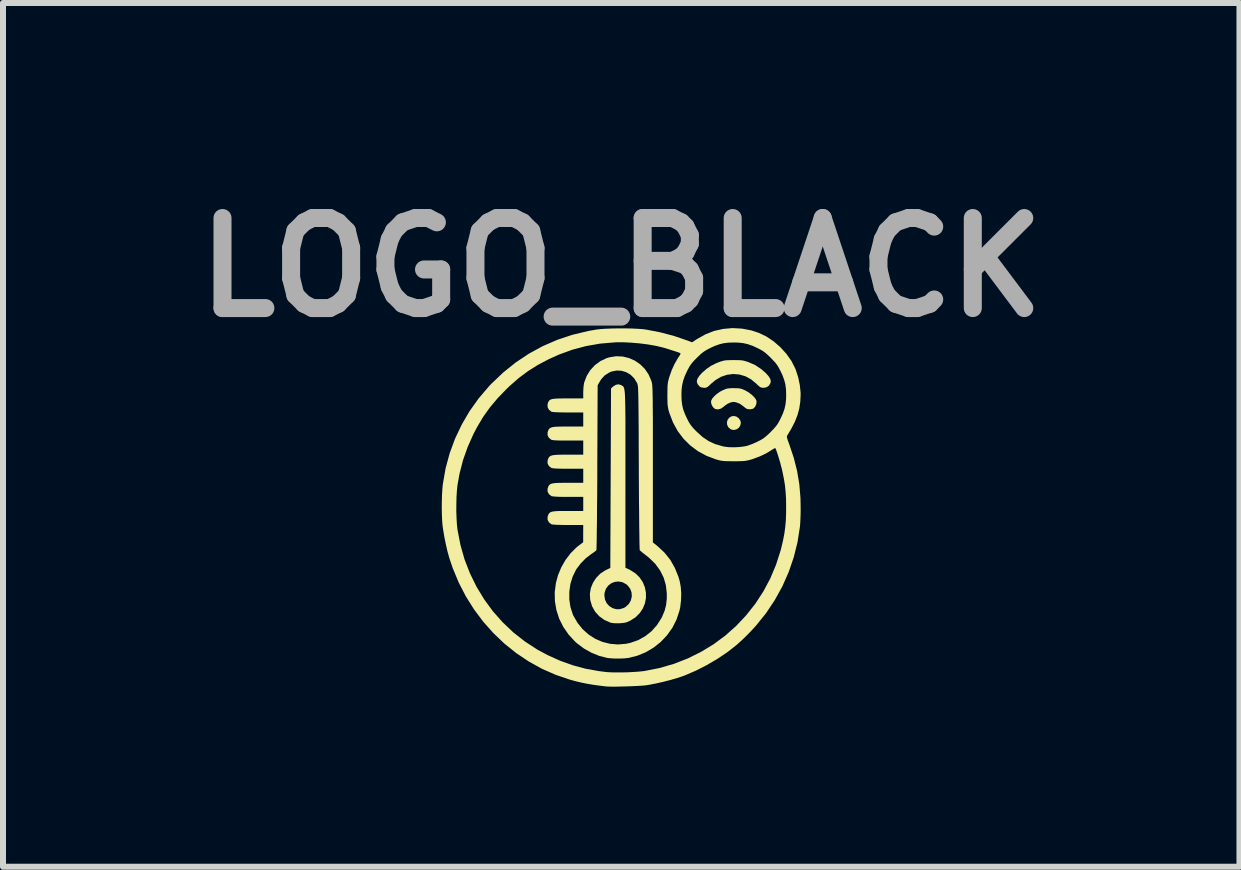
<source format=kicad_pcb>
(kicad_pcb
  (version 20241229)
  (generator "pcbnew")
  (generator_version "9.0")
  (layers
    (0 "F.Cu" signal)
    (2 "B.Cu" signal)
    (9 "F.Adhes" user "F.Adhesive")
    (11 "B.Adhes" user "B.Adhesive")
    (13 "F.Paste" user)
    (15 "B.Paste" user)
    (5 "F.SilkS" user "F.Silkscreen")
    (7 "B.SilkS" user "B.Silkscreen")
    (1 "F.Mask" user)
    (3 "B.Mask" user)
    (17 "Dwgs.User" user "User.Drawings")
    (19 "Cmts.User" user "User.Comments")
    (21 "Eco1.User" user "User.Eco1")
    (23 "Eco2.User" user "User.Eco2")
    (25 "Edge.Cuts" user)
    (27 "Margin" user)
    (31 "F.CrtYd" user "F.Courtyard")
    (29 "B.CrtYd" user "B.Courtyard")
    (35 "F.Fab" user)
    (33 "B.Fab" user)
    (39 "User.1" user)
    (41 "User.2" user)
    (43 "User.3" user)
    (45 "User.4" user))
  (footprint "LOGO_BLACK"
    (layer "F.Cu")
    (at 7.3 5.404)
    (property "Reference" "LOGO_BLACK" (at 0 -4 0) (layer "F.Fab") (effects (font (size 1.5 1.5) (thickness 0.3))))
    (attr board_only exclude_from_pos_files exclude_from_bom)
    (fp_poly (pts (xy 1.92 -1.513) (xy 1.959 -1.485) (xy 1.985 -1.446) (xy 1.993 -1.408) (xy 1.982 -1.361) (xy 1.956 -1.324) (xy 1.917 -1.299) (xy 1.873 -1.29) (xy 1.828 -1.3) (xy 1.823 -1.303) (xy 1.785 -1.335) (xy 1.765 -1.375) (xy 1.761 -1.418) (xy 1.772 -1.459) (xy 1.798 -1.494) (xy 1.836 -1.517) (xy 1.875 -1.524)) (stroke (width 0) (type solid)) (fill yes) (layer "F.SilkS"))
    (fp_poly (pts (xy 1.931 -1.986) (xy 1.971 -1.983) (xy 2.005 -1.975) (xy 2.04 -1.961) (xy 2.066 -1.949) (xy 2.121 -1.918) (xy 2.172 -1.879) (xy 2.215 -1.838) (xy 2.244 -1.799) (xy 2.254 -1.773) (xy 2.252 -1.73) (xy 2.236 -1.686) (xy 2.209 -1.653) (xy 2.185 -1.641) (xy 2.149 -1.635) (xy 2.139 -1.635) (xy 2.107 -1.638) (xy 2.08 -1.649) (xy 2.05 -1.672) (xy 2.036 -1.684) (xy 1.975 -1.728) (xy 1.909 -1.753) (xy 1.866 -1.758) (xy 1.821 -1.749) (xy 1.77 -1.726) (xy 1.721 -1.691) (xy 1.71 -1.681) (xy 1.663 -1.647) (xy 1.615 -1.633) (xy 1.568 -1.639) (xy 1.559 -1.644) (xy 1.529 -1.67) (xy 1.506 -1.71) (xy 1.496 -1.753) (xy 1.497 -1.773) (xy 1.513 -1.809) (xy 1.546 -1.849) (xy 1.592 -1.89) (xy 1.645 -1.928) (xy 1.685 -1.949) (xy 1.726 -1.967) (xy 1.759 -1.979) (xy 1.794 -1.984) (xy 1.839 -1.987) (xy 1.875 -1.987)) (stroke (width 0) (type solid)) (fill yes) (layer "F.SilkS"))
    (fp_poly (pts (xy 1.936 -2.454) (xy 1.985 -2.453) (xy 2.024 -2.448) (xy 2.059 -2.44) (xy 2.098 -2.428) (xy 2.114 -2.423) (xy 2.231 -2.372) (xy 2.335 -2.303) (xy 2.406 -2.241) (xy 2.454 -2.188) (xy 2.483 -2.142) (xy 2.492 -2.101) (xy 2.486 -2.072) (xy 2.458 -2.026) (xy 2.416 -2) (xy 2.371 -1.993) (xy 2.345 -1.994) (xy 2.323 -2.001) (xy 2.299 -2.016) (xy 2.269 -2.044) (xy 2.25 -2.062) (xy 2.162 -2.135) (xy 2.067 -2.186) (xy 1.966 -2.215) (xy 1.864 -2.223) (xy 1.762 -2.21) (xy 1.662 -2.176) (xy 1.568 -2.12) (xy 1.499 -2.062) (xy 1.463 -2.028) (xy 1.437 -2.007) (xy 1.415 -1.996) (xy 1.391 -1.993) (xy 1.379 -1.993) (xy 1.331 -2) (xy 1.303 -2.017) (xy 1.271 -2.057) (xy 1.259 -2.098) (xy 1.269 -2.143) (xy 1.301 -2.192) (xy 1.345 -2.241) (xy 1.42 -2.307) (xy 1.494 -2.358) (xy 1.576 -2.4) (xy 1.621 -2.418) (xy 1.663 -2.433) (xy 1.698 -2.443) (xy 1.733 -2.45) (xy 1.774 -2.453) (xy 1.827 -2.454) (xy 1.87 -2.455)) (stroke (width 0) (type solid)) (fill yes) (layer "F.SilkS"))
    (fp_poly (pts (xy 0.005 -2.035) (xy 0.01 -2.032) (xy 0.019 -2.026) (xy 0.027 -2.021) (xy 0.034 -2.014) (xy 0.04 -2.005) (xy 0.045 -1.993) (xy 0.05 -1.977) (xy 0.054 -1.954) (xy 0.058 -1.925) (xy 0.061 -1.887) (xy 0.063 -1.84) (xy 0.065 -1.782) (xy 0.067 -1.712) (xy 0.068 -1.63) (xy 0.069 -1.532) (xy 0.07 -1.42) (xy 0.07 -1.29) (xy 0.07 -1.143) (xy 0.07 -0.976) (xy 0.07 -0.79) (xy 0.07 -0.581) (xy 0.07 -0.465) (xy 0.07 1.005) (xy 0.147 1.042) (xy 0.235 1.097) (xy 0.305 1.165) (xy 0.358 1.243) (xy 0.393 1.328) (xy 0.411 1.417) (xy 0.412 1.508) (xy 0.395 1.597) (xy 0.361 1.682) (xy 0.309 1.76) (xy 0.24 1.829) (xy 0.153 1.885) (xy 0.147 1.888) (xy 0.103 1.908) (xy 0.064 1.92) (xy 0.019 1.926) (xy -0.032 1.93) (xy -0.104 1.93) (xy -0.16 1.924) (xy -0.182 1.918) (xy -0.282 1.874) (xy -0.367 1.812) (xy -0.436 1.736) (xy -0.486 1.646) (xy -0.516 1.544) (xy -0.517 1.538) (xy -0.521 1.465) (xy -0.281 1.465) (xy -0.271 1.535) (xy -0.243 1.595) (xy -0.2 1.643) (xy -0.147 1.677) (xy -0.086 1.695) (xy -0.022 1.695) (xy 0.042 1.675) (xy 0.076 1.655) (xy 0.128 1.606) (xy 0.161 1.547) (xy 0.176 1.483) (xy 0.172 1.417) (xy 0.149 1.355) (xy 0.107 1.3) (xy 0.081 1.278) (xy 0.018 1.245) (xy -0.047 1.234) (xy -0.11 1.241) (xy -0.169 1.265) (xy -0.218 1.304) (xy -0.256 1.357) (xy -0.277 1.421) (xy -0.281 1.465) (xy -0.521 1.465) (xy -0.523 1.442) (xy -0.507 1.346) (xy -0.471 1.256) (xy -0.418 1.174) (xy -0.349 1.103) (xy -0.267 1.049) (xy -0.253 1.042) (xy -0.182 1.008) (xy -0.176 -0.487) (xy -0.17 -1.983) (xy -0.132 -2.017) (xy -0.087 -2.044) (xy -0.039 -2.051)) (stroke (width 0) (type solid)) (fill yes) (layer "F.SilkS"))
    (fp_poly (pts (xy 0.025 -2.514) (xy 0.129 -2.489) (xy 0.226 -2.446) (xy 0.315 -2.385) (xy 0.392 -2.309) (xy 0.454 -2.218) (xy 0.499 -2.116) (xy 0.51 -2.08) (xy 0.512 -2.067) (xy 0.515 -2.049) (xy 0.517 -2.026) (xy 0.519 -1.996) (xy 0.521 -1.958) (xy 0.522 -1.91) (xy 0.523 -1.852) (xy 0.525 -1.781) (xy 0.525 -1.697) (xy 0.526 -1.598) (xy 0.527 -1.483) (xy 0.527 -1.35) (xy 0.527 -1.199) (xy 0.527 -1.028) (xy 0.527 -0.835) (xy 0.527 -0.714) (xy 0.527 0.583) (xy 0.606 0.646) (xy 0.72 0.752) (xy 0.817 0.873) (xy 0.894 1.009) (xy 0.954 1.159) (xy 0.974 1.228) (xy 0.992 1.326) (xy 1 1.436) (xy 0.996 1.55) (xy 0.983 1.661) (xy 0.969 1.724) (xy 0.92 1.871) (xy 0.851 2.007) (xy 0.761 2.132) (xy 0.658 2.241) (xy 0.541 2.334) (xy 0.412 2.411) (xy 0.275 2.468) (xy 0.133 2.505) (xy 0.117 2.508) (xy 0.049 2.515) (xy -0.033 2.518) (xy -0.118 2.517) (xy -0.195 2.512) (xy -0.234 2.507) (xy -0.365 2.474) (xy -0.496 2.421) (xy -0.622 2.35) (xy -0.737 2.264) (xy -0.77 2.234) (xy -0.878 2.117) (xy -0.966 1.989) (xy -1.034 1.853) (xy -1.08 1.71) (xy -1.105 1.562) (xy -1.108 1.411) (xy -1.107 1.404) (xy -0.865 1.404) (xy -0.865 1.533) (xy -0.846 1.66) (xy -0.808 1.779) (xy -0.796 1.805) (xy -0.727 1.925) (xy -0.642 2.03) (xy -0.543 2.118) (xy -0.433 2.189) (xy -0.314 2.24) (xy -0.187 2.272) (xy -0.055 2.283) (xy 0.079 2.272) (xy 0.153 2.256) (xy 0.282 2.211) (xy 0.399 2.146) (xy 0.504 2.063) (xy 0.594 1.962) (xy 0.669 1.845) (xy 0.681 1.821) (xy 0.723 1.721) (xy 0.748 1.623) (xy 0.759 1.518) (xy 0.759 1.43) (xy 0.743 1.293) (xy 0.706 1.167) (xy 0.647 1.05) (xy 0.568 0.941) (xy 0.466 0.841) (xy 0.402 0.79) (xy 0.363 0.76) (xy 0.332 0.734) (xy 0.312 0.716) (xy 0.308 0.712) (xy 0.307 0.699) (xy 0.306 0.663) (xy 0.304 0.607) (xy 0.303 0.533) (xy 0.302 0.44) (xy 0.3 0.332) (xy 0.299 0.209) (xy 0.298 0.073) (xy 0.296 -0.075) (xy 0.295 -0.233) (xy 0.294 -0.4) (xy 0.293 -0.573) (xy 0.293 -0.662) (xy 0.292 -0.869) (xy 0.291 -1.054) (xy 0.291 -1.219) (xy 0.29 -1.363) (xy 0.289 -1.49) (xy 0.288 -1.599) (xy 0.287 -1.693) (xy 0.286 -1.773) (xy 0.285 -1.84) (xy 0.284 -1.895) (xy 0.282 -1.939) (xy 0.281 -1.975) (xy 0.279 -2.003) (xy 0.277 -2.024) (xy 0.274 -2.04) (xy 0.271 -2.052) (xy 0.268 -2.062) (xy 0.265 -2.071) (xy 0.262 -2.075) (xy 0.216 -2.151) (xy 0.155 -2.211) (xy 0.084 -2.253) (xy 0.005 -2.277) (xy -0.078 -2.281) (xy -0.161 -2.264) (xy -0.201 -2.247) (xy -0.274 -2.201) (xy -0.332 -2.138) (xy -0.366 -2.083) (xy -0.393 -2.034) (xy -0.399 -0.668) (xy -0.399 -0.491) (xy -0.4 -0.32) (xy -0.401 -0.157) (xy -0.403 -0.004) (xy -0.404 0.139) (xy -0.405 0.269) (xy -0.407 0.385) (xy -0.408 0.486) (xy -0.409 0.571) (xy -0.411 0.637) (xy -0.412 0.683) (xy -0.413 0.708) (xy -0.414 0.712) (xy -0.428 0.726) (xy -0.456 0.747) (xy -0.493 0.773) (xy -0.504 0.78) (xy -0.593 0.849) (xy -0.675 0.933) (xy -0.744 1.024) (xy -0.754 1.04) (xy -0.809 1.152) (xy -0.847 1.275) (xy -0.865 1.404) (xy -1.107 1.404) (xy -1.088 1.258) (xy -1.054 1.131) (xy -0.999 0.998) (xy -0.928 0.874) (xy -0.843 0.763) (xy -0.748 0.668) (xy -0.717 0.643) (xy -0.634 0.58) (xy -0.634 0.437) (xy -0.633 0.293) (xy -0.886 0.293) (xy -0.983 0.292) (xy -1.061 0.29) (xy -1.118 0.287) (xy -1.154 0.283) (xy -1.164 0.28) (xy -1.205 0.248) (xy -1.227 0.205) (xy -1.227 0.156) (xy -1.214 0.119) (xy -1.203 0.1) (xy -1.188 0.086) (xy -1.168 0.075) (xy -1.139 0.068) (xy -1.098 0.063) (xy -1.042 0.06) (xy -0.968 0.059) (xy -0.884 0.059) (xy -0.633 0.059) (xy -0.633 -0.059) (xy -0.633 -0.176) (xy -0.886 -0.176) (xy -0.983 -0.176) (xy -1.061 -0.178) (xy -1.118 -0.182) (xy -1.154 -0.186) (xy -1.164 -0.189) (xy -1.205 -0.221) (xy -1.227 -0.264) (xy -1.227 -0.313) (xy -1.214 -0.35) (xy -1.203 -0.369) (xy -1.188 -0.383) (xy -1.168 -0.394) (xy -1.139 -0.401) (xy -1.098 -0.406) (xy -1.042 -0.409) (xy -0.968 -0.41) (xy -0.884 -0.41) (xy -0.633 -0.41) (xy -0.633 -0.527) (xy -0.633 -0.645) (xy -0.886 -0.645) (xy -0.983 -0.645) (xy -1.061 -0.647) (xy -1.118 -0.65) (xy -1.154 -0.655) (xy -1.164 -0.658) (xy -1.205 -0.69) (xy -1.227 -0.733) (xy -1.227 -0.782) (xy -1.214 -0.819) (xy -1.203 -0.837) (xy -1.188 -0.852) (xy -1.168 -0.862) (xy -1.139 -0.87) (xy -1.098 -0.875) (xy -1.042 -0.878) (xy -0.968 -0.879) (xy -0.884 -0.879) (xy -0.633 -0.879) (xy -0.633 -0.996) (xy -0.633 -1.114) (xy -0.886 -1.114) (xy -0.983 -1.114) (xy -1.061 -1.116) (xy -1.118 -1.119) (xy -1.154 -1.124) (xy -1.164 -1.127) (xy -1.205 -1.159) (xy -1.227 -1.202) (xy -1.227 -1.251) (xy -1.214 -1.288) (xy -1.203 -1.306) (xy -1.188 -1.321) (xy -1.168 -1.331) (xy -1.139 -1.339) (xy -1.098 -1.344) (xy -1.042 -1.346) (xy -0.968 -1.348) (xy -0.884 -1.348) (xy -0.633 -1.348) (xy -0.633 -1.465) (xy -0.633 -1.582) (xy -0.886 -1.582) (xy -0.983 -1.583) (xy -1.061 -1.585) (xy -1.118 -1.588) (xy -1.154 -1.592) (xy -1.164 -1.595) (xy -1.205 -1.628) (xy -1.227 -1.671) (xy -1.227 -1.721) (xy -1.217 -1.753) (xy -1.206 -1.772) (xy -1.192 -1.788) (xy -1.172 -1.799) (xy -1.143 -1.807) (xy -1.102 -1.812) (xy -1.045 -1.815) (xy -0.972 -1.816) (xy -0.886 -1.817) (xy -0.633 -1.817) (xy -0.633 -1.919) (xy -0.631 -1.975) (xy -0.626 -2.03) (xy -0.619 -2.074) (xy -0.617 -2.081) (xy -0.576 -2.19) (xy -0.516 -2.287) (xy -0.439 -2.37) (xy -0.347 -2.438) (xy -0.243 -2.487) (xy -0.193 -2.502) (xy -0.084 -2.519)) (stroke (width 0) (type solid)) (fill yes) (layer "F.SilkS"))
    (fp_poly (pts (xy 2.012 -2.979) (xy 2.169 -2.949) (xy 2.292 -2.908) (xy 2.418 -2.848) (xy 2.539 -2.767) (xy 2.651 -2.67) (xy 2.751 -2.56) (xy 2.835 -2.441) (xy 2.899 -2.315) (xy 2.908 -2.292) (xy 2.948 -2.169) (xy 2.975 -2.04) (xy 2.988 -1.915) (xy 2.989 -1.881) (xy 2.983 -1.76) (xy 2.966 -1.647) (xy 2.936 -1.537) (xy 2.892 -1.425) (xy 2.831 -1.307) (xy 2.768 -1.203) (xy 2.761 -1.19) (xy 2.76 -1.173) (xy 2.765 -1.15) (xy 2.776 -1.114) (xy 2.795 -1.063) (xy 2.8 -1.049) (xy 2.875 -0.825) (xy 2.93 -0.607) (xy 2.967 -0.386) (xy 2.986 -0.158) (xy 2.989 -0.007) (xy 2.989 0.072) (xy 2.987 0.153) (xy 2.984 0.228) (xy 2.98 0.292) (xy 2.977 0.322) (xy 2.937 0.579) (xy 2.874 0.831) (xy 2.79 1.076) (xy 2.685 1.314) (xy 2.559 1.542) (xy 2.414 1.76) (xy 2.25 1.964) (xy 2.153 2.07) (xy 2.097 2.127) (xy 2.036 2.187) (xy 1.975 2.243) (xy 1.922 2.291) (xy 1.911 2.3) (xy 1.762 2.416) (xy 1.596 2.527) (xy 1.421 2.629) (xy 1.242 2.72) (xy 1.066 2.796) (xy 1.026 2.811) (xy 0.93 2.843) (xy 0.82 2.875) (xy 0.702 2.905) (xy 0.584 2.932) (xy 0.475 2.953) (xy 0.434 2.96) (xy 0.388 2.966) (xy 0.325 2.971) (xy 0.249 2.975) (xy 0.164 2.979) (xy 0.076 2.982) (xy -0.011 2.984) (xy -0.093 2.986) (xy -0.165 2.986) (xy -0.222 2.984) (xy -0.258 2.982) (xy -0.377 2.967) (xy -0.478 2.953) (xy -0.566 2.938) (xy -0.647 2.922) (xy -0.726 2.904) (xy -0.809 2.882) (xy -0.85 2.871) (xy -1.089 2.79) (xy -1.32 2.689) (xy -1.54 2.567) (xy -1.749 2.427) (xy -1.946 2.269) (xy -2.129 2.095) (xy -2.298 1.905) (xy -2.451 1.701) (xy -2.588 1.483) (xy -2.707 1.253) (xy -2.807 1.012) (xy -2.865 0.841) (xy -2.895 0.732) (xy -2.923 0.609) (xy -2.949 0.481) (xy -2.969 0.358) (xy -2.978 0.293) (xy -2.984 0.213) (xy -2.988 0.117) (xy -2.989 0.056) (xy -2.748 0.056) (xy -2.744 0.173) (xy -2.738 0.28) (xy -2.728 0.371) (xy -2.727 0.376) (xy -2.679 0.625) (xy -2.61 0.867) (xy -2.52 1.099) (xy -2.411 1.321) (xy -2.283 1.532) (xy -2.138 1.73) (xy -1.976 1.913) (xy -1.798 2.082) (xy -1.604 2.234) (xy -1.397 2.369) (xy -1.225 2.461) (xy -1.014 2.556) (xy -0.806 2.63) (xy -0.594 2.687) (xy -0.373 2.727) (xy -0.246 2.743) (xy -0.18 2.747) (xy -0.096 2.749) (xy -0.001 2.749) (xy 0.098 2.747) (xy 0.197 2.742) (xy 0.287 2.736) (xy 0.364 2.728) (xy 0.387 2.725) (xy 0.637 2.676) (xy 0.878 2.606) (xy 1.109 2.516) (xy 1.329 2.407) (xy 1.538 2.28) (xy 1.734 2.135) (xy 1.915 1.974) (xy 2.082 1.797) (xy 2.233 1.606) (xy 2.367 1.401) (xy 2.483 1.184) (xy 2.579 0.955) (xy 2.656 0.715) (xy 2.666 0.676) (xy 2.696 0.55) (xy 2.718 0.435) (xy 2.733 0.323) (xy 2.743 0.208) (xy 2.747 0.081) (xy 2.747 0) (xy 2.746 -0.136) (xy 2.739 -0.256) (xy 2.728 -0.367) (xy 2.71 -0.478) (xy 2.686 -0.595) (xy 2.678 -0.633) (xy 2.663 -0.689) (xy 2.647 -0.751) (xy 2.628 -0.814) (xy 2.61 -0.873) (xy 2.593 -0.925) (xy 2.579 -0.963) (xy 2.57 -0.985) (xy 2.568 -0.987) (xy 2.555 -0.986) (xy 2.53 -0.972) (xy 2.502 -0.954) (xy 2.417 -0.902) (xy 2.315 -0.853) (xy 2.204 -0.811) (xy 2.174 -0.801) (xy 2.132 -0.789) (xy 2.096 -0.781) (xy 2.06 -0.775) (xy 2.018 -0.772) (xy 1.965 -0.77) (xy 1.896 -0.769) (xy 1.875 -0.769) (xy 1.801 -0.77) (xy 1.744 -0.771) (xy 1.7 -0.774) (xy 1.663 -0.779) (xy 1.627 -0.787) (xy 1.587 -0.798) (xy 1.577 -0.801) (xy 1.42 -0.86) (xy 1.277 -0.938) (xy 1.149 -1.034) (xy 1.036 -1.146) (xy 0.94 -1.274) (xy 0.862 -1.417) (xy 0.802 -1.573) (xy 0.801 -1.577) (xy 0.789 -1.618) (xy 0.781 -1.655) (xy 0.775 -1.691) (xy 0.771 -1.733) (xy 0.77 -1.787) (xy 0.769 -1.857) (xy 0.769 -1.875) (xy 1.003 -1.875) (xy 1.006 -1.783) (xy 1.016 -1.703) (xy 1.034 -1.628) (xy 1.064 -1.55) (xy 1.098 -1.477) (xy 1.125 -1.424) (xy 1.152 -1.381) (xy 1.183 -1.34) (xy 1.223 -1.296) (xy 1.259 -1.26) (xy 1.357 -1.172) (xy 1.457 -1.105) (xy 1.565 -1.055) (xy 1.685 -1.02) (xy 1.717 -1.013) (xy 1.791 -1.004) (xy 1.878 -1.002) (xy 1.968 -1.006) (xy 2.052 -1.017) (xy 2.092 -1.025) (xy 2.134 -1.039) (xy 2.188 -1.059) (xy 2.245 -1.084) (xy 2.274 -1.098) (xy 2.327 -1.125) (xy 2.371 -1.152) (xy 2.411 -1.184) (xy 2.456 -1.224) (xy 2.492 -1.259) (xy 2.541 -1.31) (xy 2.578 -1.353) (xy 2.608 -1.394) (xy 2.634 -1.44) (xy 2.653 -1.477) (xy 2.693 -1.564) (xy 2.72 -1.641) (xy 2.737 -1.716) (xy 2.746 -1.798) (xy 2.748 -1.875) (xy 2.745 -1.968) (xy 2.735 -2.048) (xy 2.716 -2.122) (xy 2.687 -2.201) (xy 2.653 -2.274) (xy 2.625 -2.327) (xy 2.598 -2.371) (xy 2.567 -2.412) (xy 2.526 -2.456) (xy 2.492 -2.492) (xy 2.441 -2.541) (xy 2.398 -2.578) (xy 2.357 -2.608) (xy 2.311 -2.634) (xy 2.274 -2.653) (xy 2.187 -2.693) (xy 2.109 -2.72) (xy 2.034 -2.737) (xy 1.953 -2.746) (xy 1.875 -2.748) (xy 1.783 -2.745) (xy 1.703 -2.735) (xy 1.628 -2.716) (xy 1.55 -2.687) (xy 1.477 -2.653) (xy 1.424 -2.625) (xy 1.38 -2.598) (xy 1.339 -2.567) (xy 1.294 -2.526) (xy 1.259 -2.492) (xy 1.209 -2.441) (xy 1.172 -2.398) (xy 1.143 -2.357) (xy 1.117 -2.311) (xy 1.098 -2.274) (xy 1.058 -2.187) (xy 1.031 -2.109) (xy 1.014 -2.034) (xy 1.005 -1.953) (xy 1.003 -1.875) (xy 0.769 -1.875) (xy 0.77 -1.95) (xy 0.771 -2.006) (xy 0.774 -2.05) (xy 0.779 -2.087) (xy 0.787 -2.123) (xy 0.798 -2.163) (xy 0.801 -2.174) (xy 0.841 -2.287) (xy 0.889 -2.392) (xy 0.941 -2.482) (xy 0.954 -2.502) (xy 0.975 -2.534) (xy 0.987 -2.558) (xy 0.987 -2.568) (xy 0.973 -2.575) (xy 0.941 -2.587) (xy 0.896 -2.602) (xy 0.842 -2.619) (xy 0.786 -2.637) (xy 0.731 -2.654) (xy 0.692 -2.665) (xy 0.578 -2.692) (xy 0.448 -2.715) (xy 0.308 -2.733) (xy 0.167 -2.745) (xy 0.031 -2.752) (xy -0.093 -2.751) (xy -0.108 -2.75) (xy -0.353 -2.729) (xy -0.587 -2.688) (xy -0.813 -2.628) (xy -1.036 -2.547) (xy -1.213 -2.467) (xy -1.389 -2.374) (xy -1.551 -2.272) (xy -1.706 -2.157) (xy -1.858 -2.024) (xy -1.909 -1.975) (xy -2.058 -1.821) (xy -2.187 -1.667) (xy -2.301 -1.508) (xy -2.402 -1.338) (xy -2.461 -1.225) (xy -2.559 -1.006) (xy -2.636 -0.788) (xy -2.693 -0.567) (xy -2.727 -0.379) (xy -2.737 -0.289) (xy -2.744 -0.182) (xy -2.747 -0.065) (xy -2.748 0.056) (xy -2.989 0.056) (xy -2.99 0.01) (xy -2.989 -0.1) (xy -2.986 -0.208) (xy -2.98 -0.306) (xy -2.972 -0.388) (xy -2.971 -0.393) (xy -2.926 -0.652) (xy -2.858 -0.903) (xy -2.768 -1.147) (xy -2.657 -1.381) (xy -2.526 -1.605) (xy -2.374 -1.818) (xy -2.202 -2.02) (xy -2.163 -2.061) (xy -1.966 -2.248) (xy -1.758 -2.415) (xy -1.539 -2.561) (xy -1.308 -2.687) (xy -1.066 -2.792) (xy -0.814 -2.876) (xy -0.551 -2.939) (xy -0.422 -2.962) (xy -0.349 -2.971) (xy -0.259 -2.977) (xy -0.156 -2.981) (xy -0.046 -2.983) (xy 0.065 -2.983) (xy 0.174 -2.981) (xy 0.274 -2.976) (xy 0.36 -2.97) (xy 0.419 -2.962) (xy 0.656 -2.916) (xy 0.882 -2.856) (xy 1.107 -2.779) (xy 1.127 -2.771) (xy 1.181 -2.751) (xy 1.263 -2.805) (xy 1.401 -2.883) (xy 1.546 -2.94) (xy 1.698 -2.974) (xy 1.854 -2.988)) (stroke (width 0) (type solid)) (fill yes) (layer "F.SilkS")))
  (gr_rect
    (start -3 -3)
    (end 17.6 11.39)
    (stroke (width 0.1) (type default))
    (fill no)
    (layer "Edge.Cuts")))
</source>
